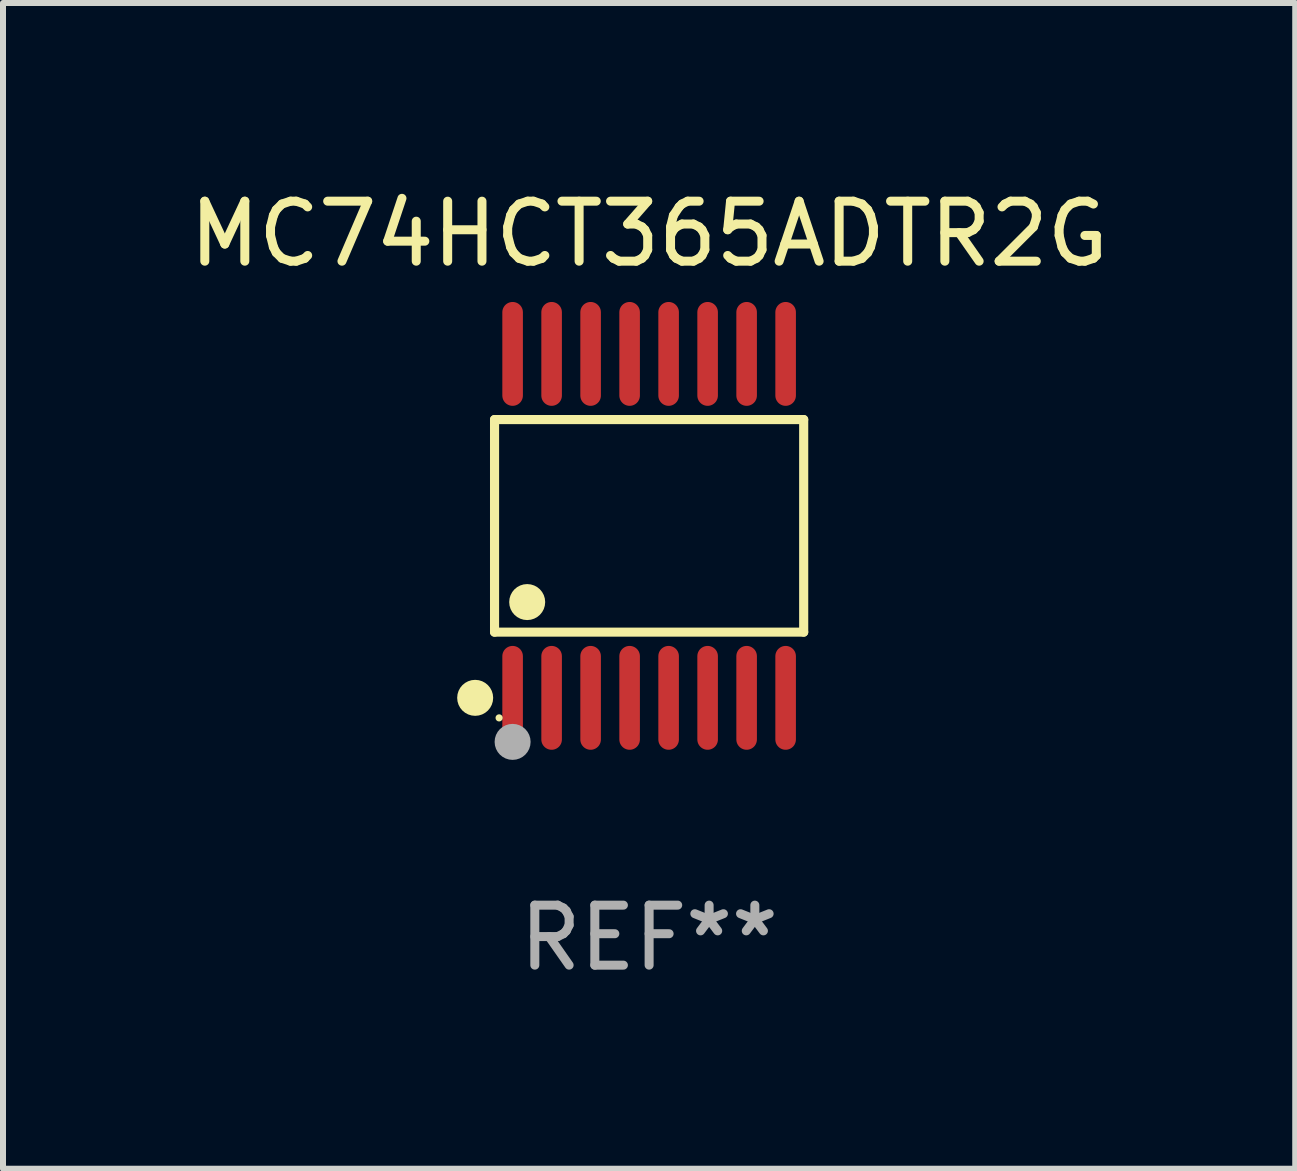
<source format=kicad_pcb>
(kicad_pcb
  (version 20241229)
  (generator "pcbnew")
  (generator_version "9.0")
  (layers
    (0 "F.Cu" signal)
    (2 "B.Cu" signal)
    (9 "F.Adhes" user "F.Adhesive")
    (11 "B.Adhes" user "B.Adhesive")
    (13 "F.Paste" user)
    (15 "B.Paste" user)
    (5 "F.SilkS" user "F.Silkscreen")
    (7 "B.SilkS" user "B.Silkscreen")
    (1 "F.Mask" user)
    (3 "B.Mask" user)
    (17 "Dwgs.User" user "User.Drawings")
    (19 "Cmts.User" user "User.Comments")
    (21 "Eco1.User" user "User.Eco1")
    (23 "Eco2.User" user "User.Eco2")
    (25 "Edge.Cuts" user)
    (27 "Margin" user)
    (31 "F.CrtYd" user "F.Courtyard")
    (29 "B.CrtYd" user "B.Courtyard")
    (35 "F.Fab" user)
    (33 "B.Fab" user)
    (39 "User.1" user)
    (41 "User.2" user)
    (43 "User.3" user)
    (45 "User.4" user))
  (footprint "MC74HCT365ADTR2G"
    (layer "F.Cu")
    (at 7.768 5.714)
    (property "Reference" "MC74HCT365ADTR2G" (at 0 -4.866 0) (layer "F.SilkS") (effects (font (size 1 1) (thickness 0.15))))
    (attr through_hole)
    (fp_line (start -2.576 -1.772) (end 2.576 -1.772) (stroke (width 0.152) (type solid)) (layer "F.SilkS"))
    (fp_line (start -2.576 1.771) (end -2.576 -1.772) (stroke (width 0.152) (type solid)) (layer "F.SilkS"))
    (fp_line (start 2.576 -1.772) (end 2.576 1.771) (stroke (width 0.152) (type solid)) (layer "F.SilkS"))
    (fp_line (start 2.576 1.771) (end -2.576 1.771) (stroke (width 0.152) (type solid)) (layer "F.SilkS"))
    (fp_circle (center -2.899 2.866) (end -2.749 2.866) (stroke (width 0.3) (type solid)) (fill no) (layer "F.SilkS"))
    (fp_circle (center -2.5 3.2) (end -2.47 3.2) (stroke (width 0.06) (type solid)) (fill no) (layer "F.SilkS"))
    (fp_circle (center -2.032 1.27) (end -1.882 1.27) (stroke (width 0.3) (type solid)) (fill no) (layer "F.SilkS"))
    (fp_circle (center -2.275 3.6) (end -2.125 3.6) (stroke (width 0.3) (type solid)) (fill no) (layer "F.Fab"))
    (fp_text user "REF**" (at 0 6.866 0) (layer "F.Fab") (effects (font (size 1 1) (thickness 0.15))))
    (pad "1" smd oval (at -2.275 2.866) (size 0.343 1.731) (layers "F.Cu" "F.Mask" "F.Paste"))
    (pad "2" smd oval (at -1.625 2.866) (size 0.343 1.731) (layers "F.Cu" "F.Mask" "F.Paste"))
    (pad "3" smd oval (at -0.975 2.866) (size 0.343 1.731) (layers "F.Cu" "F.Mask" "F.Paste"))
    (pad "4" smd oval (at -0.325 2.866) (size 0.343 1.731) (layers "F.Cu" "F.Mask" "F.Paste"))
    (pad "5" smd oval (at 0.325 2.866) (size 0.343 1.731) (layers "F.Cu" "F.Mask" "F.Paste"))
    (pad "6" smd oval (at 0.975 2.866) (size 0.343 1.731) (layers "F.Cu" "F.Mask" "F.Paste"))
    (pad "7" smd oval (at 1.625 2.866) (size 0.343 1.731) (layers "F.Cu" "F.Mask" "F.Paste"))
    (pad "8" smd oval (at 2.275 2.866) (size 0.343 1.731) (layers "F.Cu" "F.Mask" "F.Paste"))
    (pad "9" smd oval (at 2.275 -2.866) (size 0.343 1.731) (layers "F.Cu" "F.Mask" "F.Paste"))
    (pad "10" smd oval (at 1.625 -2.866) (size 0.343 1.731) (layers "F.Cu" "F.Mask" "F.Paste"))
    (pad "11" smd oval (at 0.975 -2.866) (size 0.343 1.731) (layers "F.Cu" "F.Mask" "F.Paste"))
    (pad "12" smd oval (at 0.325 -2.866) (size 0.343 1.731) (layers "F.Cu" "F.Mask" "F.Paste"))
    (pad "13" smd oval (at -0.325 -2.866) (size 0.343 1.731) (layers "F.Cu" "F.Mask" "F.Paste"))
    (pad "14" smd oval (at -0.975 -2.866) (size 0.343 1.731) (layers "F.Cu" "F.Mask" "F.Paste"))
    (pad "15" smd oval (at -1.625 -2.866) (size 0.343 1.731) (layers "F.Cu" "F.Mask" "F.Paste"))
    (pad "16" smd oval (at -2.275 -2.866) (size 0.343 1.731) (layers "F.Cu" "F.Mask" "F.Paste")))
  (gr_rect
    (start -3 -3)
    (end 18.536 16.428)
    (stroke (width 0.1) (type default))
    (fill no)
    (layer "Edge.Cuts")))
</source>
